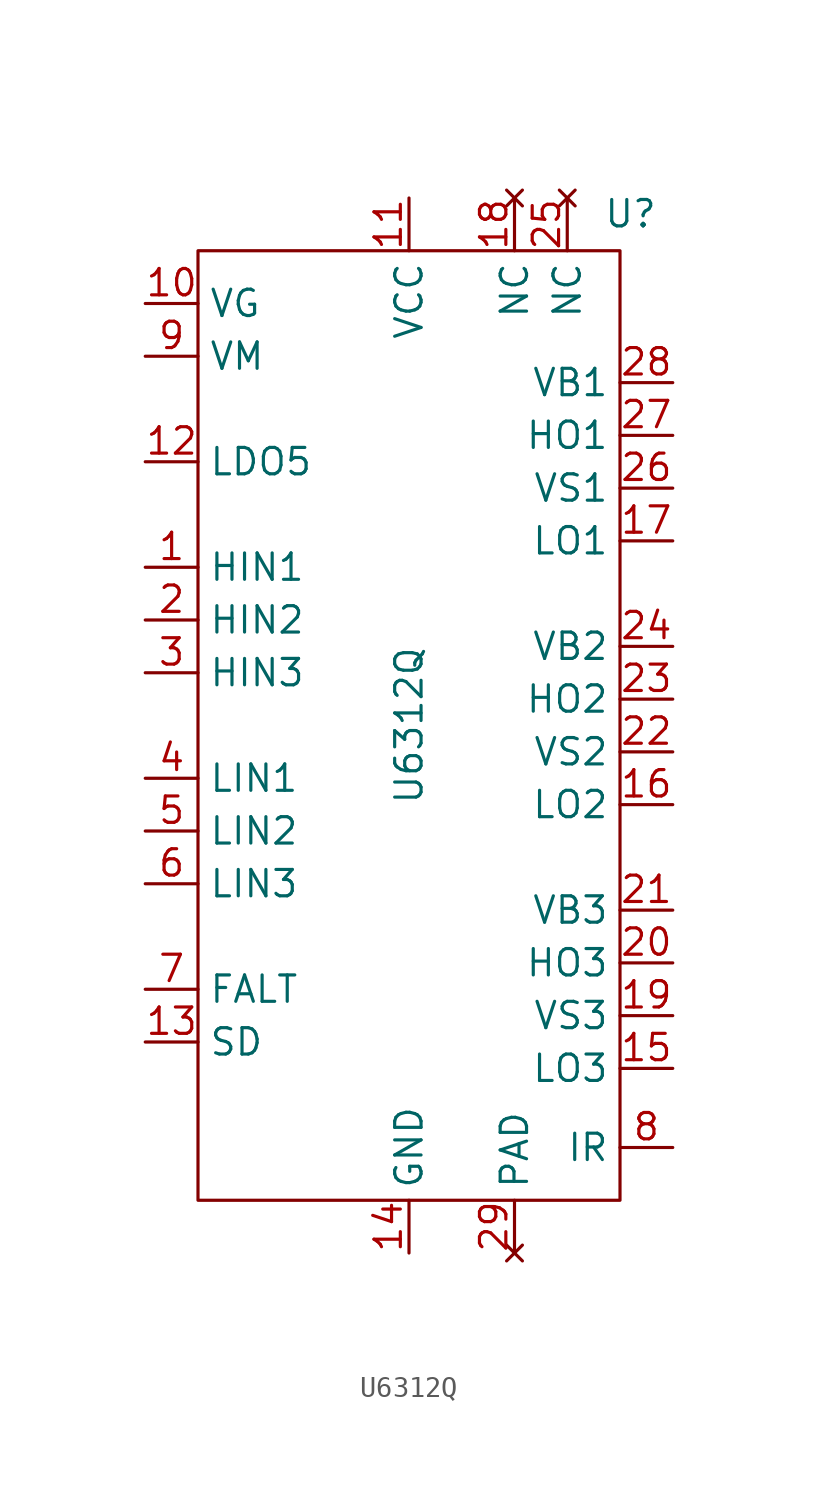
<source format=kicad_sym>
(kicad_symbol_lib
  (version 20231120)
  (generator "kicad_symbol_editor")
  (generator_version "8.0")
  (symbol "U6312Q"
    (property "Reference" "U"
      (at 10.668 24.638 0)
      (effects (font (size 1.27 1.27))))
    (property "Value" "U6312Q"
      (at 0 0 90)
      (effects (font (size 1.27 1.27))))
    (symbol "U6312Q_0_1"
      (rectangle (start -10.16 22.86) (end 10.16 -22.86) (stroke (width 0) (type default)) (fill (type none))))
    (symbol "U6312Q_1_1"
      (pin input line (at -12.7 7.62 0) (length 2.54) (name "HIN1" (effects (font (size 1.27 1.27)))) (number "1" (effects (font (size 1.27 1.27)))))
      (pin output line (at -12.7 20.32 0) (length 2.54) (name "VG" (effects (font (size 1.27 1.27)))) (number "10" (effects (font (size 1.27 1.27)))))
      (pin power_in line (at 0 25.4 270) (length 2.54) (name "VCC" (effects (font (size 1.27 1.27)))) (number "11" (effects (font (size 1.27 1.27)))))
      (pin power_out line (at -12.7 12.7 0) (length 2.54) (name "LDO5" (effects (font (size 1.27 1.27)))) (number "12" (effects (font (size 1.27 1.27)))))
      (pin input line (at -12.7 -15.24 0) (length 2.54) (name "SD" (effects (font (size 1.27 1.27)))) (number "13" (effects (font (size 1.27 1.27)))))
      (pin power_in line (at 0 -25.4 90) (length 2.54) (name "GND" (effects (font (size 1.27 1.27)))) (number "14" (effects (font (size 1.27 1.27)))))
      (pin output line (at 12.7 -16.51 180) (length 2.54) (name "LO3" (effects (font (size 1.27 1.27)))) (number "15" (effects (font (size 1.27 1.27)))))
      (pin output line (at 12.7 -3.81 180) (length 2.54) (name "LO2" (effects (font (size 1.27 1.27)))) (number "16" (effects (font (size 1.27 1.27)))))
      (pin output line (at 12.7 8.89 180) (length 2.54) (name "LO1" (effects (font (size 1.27 1.27)))) (number "17" (effects (font (size 1.27 1.27)))))
      (pin no_connect line (at 5.08 25.4 270) (length 2.54) (name "NC" (effects (font (size 1.27 1.27)))) (number "18" (effects (font (size 1.27 1.27)))))
      (pin output line (at 12.7 -13.97 180) (length 2.54) (name "VS3" (effects (font (size 1.27 1.27)))) (number "19" (effects (font (size 1.27 1.27)))))
      (pin input line (at -12.7 5.08 0) (length 2.54) (name "HIN2" (effects (font (size 1.27 1.27)))) (number "2" (effects (font (size 1.27 1.27)))))
      (pin output line (at 12.7 -11.43 180) (length 2.54) (name "HO3" (effects (font (size 1.27 1.27)))) (number "20" (effects (font (size 1.27 1.27)))))
      (pin output line (at 12.7 -8.89 180) (length 2.54) (name "VB3" (effects (font (size 1.27 1.27)))) (number "21" (effects (font (size 1.27 1.27)))))
      (pin output line (at 12.7 -1.27 180) (length 2.54) (name "VS2" (effects (font (size 1.27 1.27)))) (number "22" (effects (font (size 1.27 1.27)))))
      (pin output line (at 12.7 1.27 180) (length 2.54) (name "HO2" (effects (font (size 1.27 1.27)))) (number "23" (effects (font (size 1.27 1.27)))))
      (pin output line (at 12.7 3.81 180) (length 2.54) (name "VB2" (effects (font (size 1.27 1.27)))) (number "24" (effects (font (size 1.27 1.27)))))
      (pin no_connect line (at 7.62 25.4 270) (length 2.54) (name "NC" (effects (font (size 1.27 1.27)))) (number "25" (effects (font (size 1.27 1.27)))))
      (pin output line (at 12.7 11.43 180) (length 2.54) (name "VS1" (effects (font (size 1.27 1.27)))) (number "26" (effects (font (size 1.27 1.27)))))
      (pin output line (at 12.7 13.97 180) (length 2.54) (name "HO1" (effects (font (size 1.27 1.27)))) (number "27" (effects (font (size 1.27 1.27)))))
      (pin output line (at 12.7 16.51 180) (length 2.54) (name "VB1" (effects (font (size 1.27 1.27)))) (number "28" (effects (font (size 1.27 1.27)))))
      (pin no_connect line (at 5.08 -25.4 90) (length 2.54) (name "PAD" (effects (font (size 1.27 1.27)))) (number "29" (effects (font (size 1.27 1.27)))))
      (pin input line (at -12.7 2.54 0) (length 2.54) (name "HIN3" (effects (font (size 1.27 1.27)))) (number "3" (effects (font (size 1.27 1.27)))))
      (pin input line (at -12.7 -2.54 0) (length 2.54) (name "LIN1" (effects (font (size 1.27 1.27)))) (number "4" (effects (font (size 1.27 1.27)))))
      (pin input line (at -12.7 -5.08 0) (length 2.54) (name "LIN2" (effects (font (size 1.27 1.27)))) (number "5" (effects (font (size 1.27 1.27)))))
      (pin input line (at -12.7 -7.62 0) (length 2.54) (name "LIN3" (effects (font (size 1.27 1.27)))) (number "6" (effects (font (size 1.27 1.27)))))
      (pin output line (at -12.7 -12.7 0) (length 2.54) (name "FALT" (effects (font (size 1.27 1.27)))) (number "7" (effects (font (size 1.27 1.27)))))
      (pin input line (at 12.7 -20.32 180) (length 2.54) (name "IR" (effects (font (size 1.27 1.27)))) (number "8" (effects (font (size 1.27 1.27)))))
      (pin power_in line (at -12.7 17.78 0) (length 2.54) (name "VM" (effects (font (size 1.27 1.27)))) (number "9" (effects (font (size 1.27 1.27))))))))
</source>
